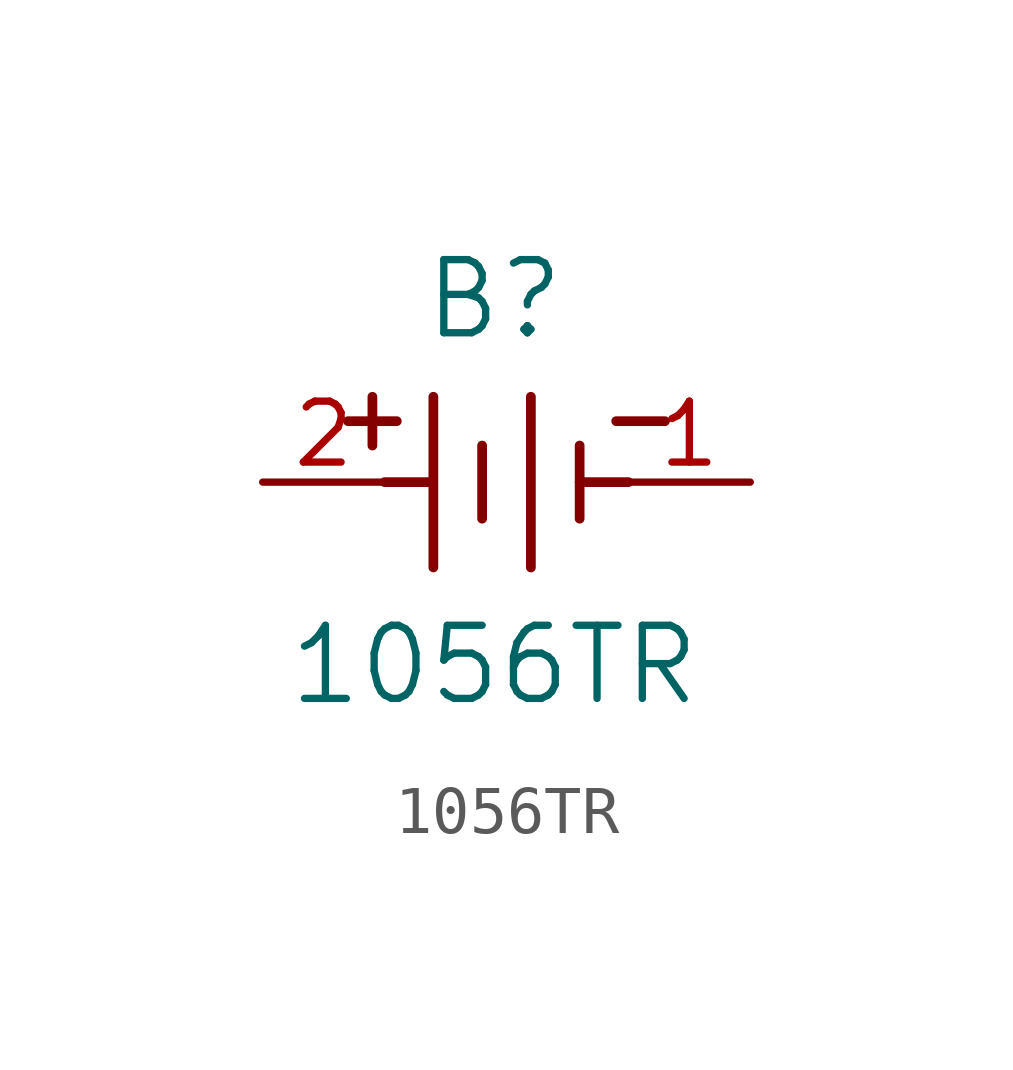
<source format=kicad_sym>
(kicad_symbol_lib
  (version 20211014)
  (generator kicad_symbol_editor)
  (symbol "1056TR"
    (pin_names
      (offset 0.254))
    (property "Reference" "B"
      (at 4.826 3.81 0)
      (effects (font (size 1.524 1.524))))
    (property "Value" "1056TR"
      (at 4.826 -3.81 0)
      (effects (font (size 1.524 1.524))))
    (symbol "1056TR_0_1"
      (polyline (pts (xy 2.286 0.762) (xy 2.286 1.778)) (stroke (width 0.203) (type default) (color 0 0 0 0)) (fill (type none)))
      (polyline (pts (xy 6.604 0) (xy 7.62 0)) (stroke (width 0.203) (type default) (color 0 0 0 0)) (fill (type none)))
      (polyline (pts (xy 3.556 -1.778) (xy 3.556 1.778)) (stroke (width 0.203) (type default) (color 0 0 0 0)) (fill (type none)))
      (polyline (pts (xy 1.778 1.27) (xy 2.794 1.27)) (stroke (width 0.203) (type default) (color 0 0 0 0)) (fill (type none)))
      (polyline (pts (xy 2.54 0) (xy 3.48 0)) (stroke (width 0.203) (type default) (color 0 0 0 0)) (fill (type none)))
      (polyline (pts (xy 5.588 -1.778) (xy 5.588 1.778)) (stroke (width 0.203) (type default) (color 0 0 0 0)) (fill (type none)))
      (polyline (pts (xy 6.604 0.762) (xy 6.604 -0.762)) (stroke (width 0.203) (type default) (color 0 0 0 0)) (fill (type none)))
      (polyline (pts (xy 4.572 0.762) (xy 4.572 -0.762)) (stroke (width 0.203) (type default) (color 0 0 0 0)) (fill (type none)))
      (polyline (pts (xy 7.366 1.27) (xy 8.382 1.27)) (stroke (width 0.203) (type default) (color 0 0 0 0)) (fill (type none)))
      (pin unspecified line (at 10.16 0 180) (length 2.54) (name "" (effects (font (size 1.27 1.27)))) (number "1" (effects (font (size 1.27 1.27)))))
      (pin unspecified line (at 0 0 0) (length 2.54) (name "" (effects (font (size 1.27 1.27)))) (number "2" (effects (font (size 1.27 1.27))))))))
</source>
